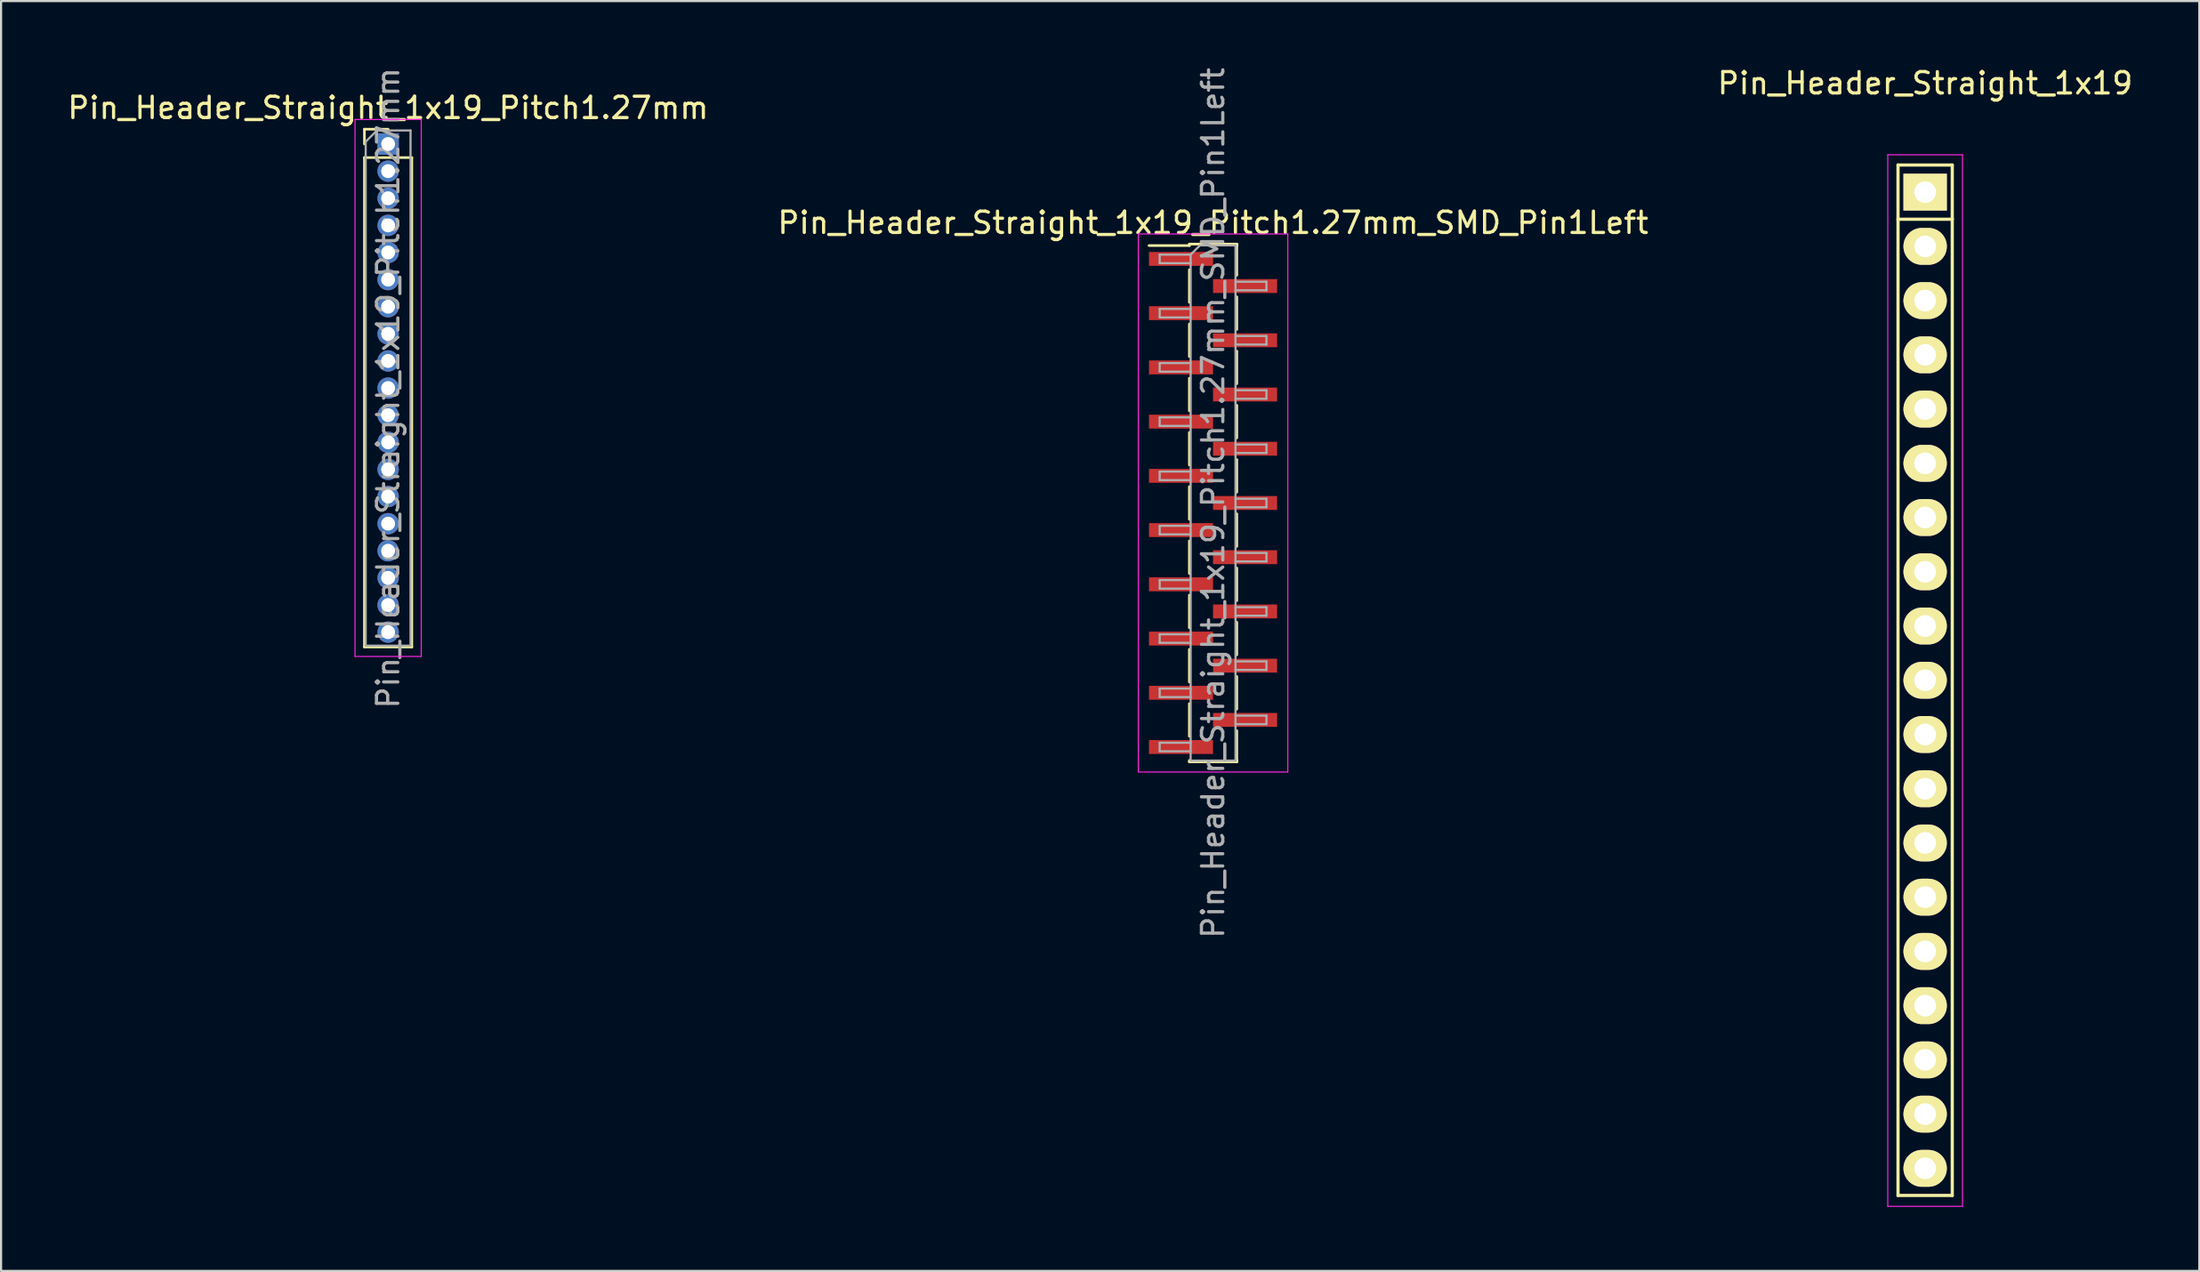
<source format=kicad_pcb>
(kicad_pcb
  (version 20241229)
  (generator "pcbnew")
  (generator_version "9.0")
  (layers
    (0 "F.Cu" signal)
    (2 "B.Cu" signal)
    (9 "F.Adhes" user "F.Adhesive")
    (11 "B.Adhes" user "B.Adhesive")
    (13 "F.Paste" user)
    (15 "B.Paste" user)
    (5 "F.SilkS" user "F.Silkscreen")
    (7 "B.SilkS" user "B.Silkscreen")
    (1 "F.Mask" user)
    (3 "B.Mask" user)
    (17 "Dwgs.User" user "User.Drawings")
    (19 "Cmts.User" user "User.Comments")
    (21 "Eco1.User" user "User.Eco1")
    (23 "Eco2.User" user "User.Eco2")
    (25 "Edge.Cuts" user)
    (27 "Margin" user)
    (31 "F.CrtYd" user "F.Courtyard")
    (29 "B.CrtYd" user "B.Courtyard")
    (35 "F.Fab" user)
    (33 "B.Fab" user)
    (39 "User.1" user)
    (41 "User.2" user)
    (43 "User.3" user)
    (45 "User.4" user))
  (footprint "Pin_Header_Straight_1x19_Pitch1.27mm"
    (layer "F.Cu")
    (at 15.125 3.695)
    (property "Reference" "Pin_Header_Straight_1x19_Pitch1.27mm" (at 0 -1.695 0) (layer "F.SilkS") (effects (font (size 1 1) (thickness 0.15))))
    (attr through_hole)
    (fp_line (start -1.11 -0.695) (end 0 -0.695) (stroke (width 0.12) (type solid)) (layer "F.SilkS"))
    (fp_line (start -1.11 0) (end -1.11 -0.695) (stroke (width 0.12) (type solid)) (layer "F.SilkS"))
    (fp_line (start -1.11 0.635) (end -1.11 23.555) (stroke (width 0.12) (type solid)) (layer "F.SilkS"))
    (fp_line (start -1.11 23.555) (end 1.11 23.555) (stroke (width 0.12) (type solid)) (layer "F.SilkS"))
    (fp_line (start 1.11 0.635) (end -1.11 0.635) (stroke (width 0.12) (type solid)) (layer "F.SilkS"))
    (fp_line (start 1.11 23.555) (end 1.11 0.635) (stroke (width 0.12) (type solid)) (layer "F.SilkS"))
    (fp_line (start -1.55 -1.15) (end -1.55 24) (stroke (width 0.05) (type solid)) (layer "F.CrtYd"))
    (fp_line (start -1.55 24) (end 1.55 24) (stroke (width 0.05) (type solid)) (layer "F.CrtYd"))
    (fp_line (start 1.55 -1.15) (end -1.55 -1.15) (stroke (width 0.05) (type solid)) (layer "F.CrtYd"))
    (fp_line (start 1.55 24) (end 1.55 -1.15) (stroke (width 0.05) (type solid)) (layer "F.CrtYd"))
    (fp_line (start -1.05 -0.11) (end -0.525 -0.635) (stroke (width 0.1) (type solid)) (layer "F.Fab"))
    (fp_line (start -1.05 23.495) (end -1.05 -0.11) (stroke (width 0.1) (type solid)) (layer "F.Fab"))
    (fp_line (start -0.525 -0.635) (end 1.05 -0.635) (stroke (width 0.1) (type solid)) (layer "F.Fab"))
    (fp_line (start 1.05 -0.635) (end 1.05 23.495) (stroke (width 0.1) (type solid)) (layer "F.Fab"))
    (fp_line (start 1.05 23.495) (end -1.05 23.495) (stroke (width 0.1) (type solid)) (layer "F.Fab"))
    (fp_text user "${REFERENCE}" (at 0 11.43 90) (layer "F.Fab") (effects (font (size 1 1) (thickness 0.15))))
    (pad "1" thru_hole rect (at 0 0) (size 1 1) (drill 0.65) (layers "*.Cu" "*.Mask"))
    (pad "2" thru_hole oval (at 0 1.27) (size 1 1) (drill 0.65) (layers "*.Cu" "*.Mask"))
    (pad "3" thru_hole oval (at 0 2.54) (size 1 1) (drill 0.65) (layers "*.Cu" "*.Mask"))
    (pad "4" thru_hole oval (at 0 3.81) (size 1 1) (drill 0.65) (layers "*.Cu" "*.Mask"))
    (pad "5" thru_hole oval (at 0 5.08) (size 1 1) (drill 0.65) (layers "*.Cu" "*.Mask"))
    (pad "6" thru_hole oval (at 0 6.35) (size 1 1) (drill 0.65) (layers "*.Cu" "*.Mask"))
    (pad "7" thru_hole oval (at 0 7.62) (size 1 1) (drill 0.65) (layers "*.Cu" "*.Mask"))
    (pad "8" thru_hole oval (at 0 8.89) (size 1 1) (drill 0.65) (layers "*.Cu" "*.Mask"))
    (pad "9" thru_hole oval (at 0 10.16) (size 1 1) (drill 0.65) (layers "*.Cu" "*.Mask"))
    (pad "10" thru_hole oval (at 0 11.43) (size 1 1) (drill 0.65) (layers "*.Cu" "*.Mask"))
    (pad "11" thru_hole oval (at 0 12.7) (size 1 1) (drill 0.65) (layers "*.Cu" "*.Mask"))
    (pad "12" thru_hole oval (at 0 13.97) (size 1 1) (drill 0.65) (layers "*.Cu" "*.Mask"))
    (pad "13" thru_hole oval (at 0 15.24) (size 1 1) (drill 0.65) (layers "*.Cu" "*.Mask"))
    (pad "14" thru_hole oval (at 0 16.51) (size 1 1) (drill 0.65) (layers "*.Cu" "*.Mask"))
    (pad "15" thru_hole oval (at 0 17.78) (size 1 1) (drill 0.65) (layers "*.Cu" "*.Mask"))
    (pad "16" thru_hole oval (at 0 19.05) (size 1 1) (drill 0.65) (layers "*.Cu" "*.Mask"))
    (pad "17" thru_hole oval (at 0 20.32) (size 1 1) (drill 0.65) (layers "*.Cu" "*.Mask"))
    (pad "18" thru_hole oval (at 0 21.59) (size 1 1) (drill 0.65) (layers "*.Cu" "*.Mask"))
    (pad "19" thru_hole oval (at 0 22.86) (size 1 1) (drill 0.65) (layers "*.Cu" "*.Mask")))
  (footprint "Pin_Header_Straight_1x19"
    (layer "F.Cu")
    (at 87.101 5.948)
    (property "Reference" "Pin_Header_Straight_1x19" (at 0 -5.1 0) (layer "F.SilkS") (effects (font (size 1 1) (thickness 0.15))))
    (attr through_hole)
    (fp_line (start -1.27 -1.27) (end -1.27 1.27) (stroke (width 0.15) (type solid)) (layer "F.SilkS"))
    (fp_line (start -1.27 46.99) (end -1.27 1.27) (stroke (width 0.15) (type solid)) (layer "F.SilkS"))
    (fp_line (start 1.27 -1.27) (end -1.27 -1.27) (stroke (width 0.15) (type solid)) (layer "F.SilkS"))
    (fp_line (start 1.27 -1.27) (end 1.27 1.27) (stroke (width 0.15) (type solid)) (layer "F.SilkS"))
    (fp_line (start 1.27 1.27) (end -1.27 1.27) (stroke (width 0.15) (type solid)) (layer "F.SilkS"))
    (fp_line (start 1.27 1.27) (end 1.27 46.99) (stroke (width 0.15) (type solid)) (layer "F.SilkS"))
    (fp_line (start 1.27 46.99) (end -1.27 46.99) (stroke (width 0.15) (type solid)) (layer "F.SilkS"))
    (fp_line (start -1.75 -1.75) (end -1.75 47.5) (stroke (width 0.05) (type solid)) (layer "F.CrtYd"))
    (fp_line (start -1.75 -1.75) (end 1.75 -1.75) (stroke (width 0.05) (type solid)) (layer "F.CrtYd"))
    (fp_line (start -1.75 47.5) (end 1.75 47.5) (stroke (width 0.05) (type solid)) (layer "F.CrtYd"))
    (fp_line (start 1.75 -1.75) (end 1.75 47.5) (stroke (width 0.05) (type solid)) (layer "F.CrtYd"))
    (pad "1" thru_hole rect (at 0 0) (size 2.032 1.727) (drill 1.016) (layers "*.Cu" "*.Mask" "F.SilkS"))
    (pad "2" thru_hole oval (at 0 2.54) (size 2.032 1.727) (drill 1.016) (layers "*.Cu" "*.Mask" "F.SilkS"))
    (pad "3" thru_hole oval (at 0 5.08) (size 2.032 1.727) (drill 1.016) (layers "*.Cu" "*.Mask" "F.SilkS"))
    (pad "4" thru_hole oval (at 0 7.62) (size 2.032 1.727) (drill 1.016) (layers "*.Cu" "*.Mask" "F.SilkS"))
    (pad "5" thru_hole oval (at 0 10.16) (size 2.032 1.727) (drill 1.016) (layers "*.Cu" "*.Mask" "F.SilkS"))
    (pad "6" thru_hole oval (at 0 12.7) (size 2.032 1.727) (drill 1.016) (layers "*.Cu" "*.Mask" "F.SilkS"))
    (pad "7" thru_hole oval (at 0 15.24) (size 2.032 1.727) (drill 1.016) (layers "*.Cu" "*.Mask" "F.SilkS"))
    (pad "8" thru_hole oval (at 0 17.78) (size 2.032 1.727) (drill 1.016) (layers "*.Cu" "*.Mask" "F.SilkS"))
    (pad "9" thru_hole oval (at 0 20.32) (size 2.032 1.727) (drill 1.016) (layers "*.Cu" "*.Mask" "F.SilkS"))
    (pad "10" thru_hole oval (at 0 22.86) (size 2.032 1.727) (drill 1.016) (layers "*.Cu" "*.Mask" "F.SilkS"))
    (pad "11" thru_hole oval (at 0 25.4) (size 2.032 1.727) (drill 1.016) (layers "*.Cu" "*.Mask" "F.SilkS"))
    (pad "12" thru_hole oval (at 0 27.94) (size 2.032 1.727) (drill 1.016) (layers "*.Cu" "*.Mask" "F.SilkS"))
    (pad "13" thru_hole oval (at 0 30.48) (size 2.032 1.727) (drill 1.016) (layers "*.Cu" "*.Mask" "F.SilkS"))
    (pad "14" thru_hole oval (at 0 33.02) (size 2.032 1.727) (drill 1.016) (layers "*.Cu" "*.Mask" "F.SilkS"))
    (pad "15" thru_hole oval (at 0 35.56) (size 2.032 1.727) (drill 1.016) (layers "*.Cu" "*.Mask" "F.SilkS"))
    (pad "16" thru_hole oval (at 0 38.1) (size 2.032 1.727) (drill 1.016) (layers "*.Cu" "*.Mask" "F.SilkS"))
    (pad "17" thru_hole oval (at 0 40.64) (size 2.032 1.727) (drill 1.016) (layers "*.Cu" "*.Mask" "F.SilkS"))
    (pad "18" thru_hole oval (at 0 43.18) (size 2.032 1.727) (drill 1.016) (layers "*.Cu" "*.Mask" "F.SilkS"))
    (pad "19" thru_hole oval (at 0 45.72) (size 2.032 1.727) (drill 1.016) (layers "*.Cu" "*.Mask" "F.SilkS")))
  (footprint "Pin_Header_Straight_1x19_Pitch1.27mm_SMD_Pin1Left"
    (layer "F.Cu")
    (at 53.756 20.506)
    (property "Reference" "Pin_Header_Straight_1x19_Pitch1.27mm_SMD_Pin1Left" (at 0 -13.125 0) (layer "F.SilkS") (effects (font (size 1 1) (thickness 0.15))))
    (attr smd)
    (fp_line (start -1.11 -12.125) (end 1.11 -12.125) (stroke (width 0.12) (type solid)) (layer "F.SilkS"))
    (fp_line (start -1.11 -12.055) (end -3 -12.055) (stroke (width 0.12) (type solid)) (layer "F.SilkS"))
    (fp_line (start -1.11 -12.055) (end -1.11 -12.125) (stroke (width 0.12) (type solid)) (layer "F.SilkS"))
    (fp_line (start -1.11 -10.925) (end -1.11 -9.395) (stroke (width 0.12) (type solid)) (layer "F.SilkS"))
    (fp_line (start -1.11 -8.385) (end -1.11 -6.855) (stroke (width 0.12) (type solid)) (layer "F.SilkS"))
    (fp_line (start -1.11 -5.845) (end -1.11 -4.315) (stroke (width 0.12) (type solid)) (layer "F.SilkS"))
    (fp_line (start -1.11 -3.305) (end -1.11 -1.775) (stroke (width 0.12) (type solid)) (layer "F.SilkS"))
    (fp_line (start -1.11 -0.765) (end -1.11 0.765) (stroke (width 0.12) (type solid)) (layer "F.SilkS"))
    (fp_line (start -1.11 1.775) (end -1.11 3.305) (stroke (width 0.12) (type solid)) (layer "F.SilkS"))
    (fp_line (start -1.11 4.315) (end -1.11 5.845) (stroke (width 0.12) (type solid)) (layer "F.SilkS"))
    (fp_line (start -1.11 6.855) (end -1.11 8.385) (stroke (width 0.12) (type solid)) (layer "F.SilkS"))
    (fp_line (start -1.11 9.395) (end -1.11 10.925) (stroke (width 0.12) (type solid)) (layer "F.SilkS"))
    (fp_line (start -1.11 12.055) (end -1.11 12.125) (stroke (width 0.12) (type solid)) (layer "F.SilkS"))
    (fp_line (start -1.11 12.125) (end 1.11 12.125) (stroke (width 0.12) (type solid)) (layer "F.SilkS"))
    (fp_line (start 1.11 -12.125) (end 1.11 -12.055) (stroke (width 0.12) (type solid)) (layer "F.SilkS"))
    (fp_line (start 1.11 -12.125) (end 1.11 -10.665) (stroke (width 0.12) (type solid)) (layer "F.SilkS"))
    (fp_line (start 1.11 -9.655) (end 1.11 -8.125) (stroke (width 0.12) (type solid)) (layer "F.SilkS"))
    (fp_line (start 1.11 -7.115) (end 1.11 -5.585) (stroke (width 0.12) (type solid)) (layer "F.SilkS"))
    (fp_line (start 1.11 -4.575) (end 1.11 -3.045) (stroke (width 0.12) (type solid)) (layer "F.SilkS"))
    (fp_line (start 1.11 -2.035) (end 1.11 -0.505) (stroke (width 0.12) (type solid)) (layer "F.SilkS"))
    (fp_line (start 1.11 0.505) (end 1.11 2.035) (stroke (width 0.12) (type solid)) (layer "F.SilkS"))
    (fp_line (start 1.11 3.045) (end 1.11 4.575) (stroke (width 0.12) (type solid)) (layer "F.SilkS"))
    (fp_line (start 1.11 5.585) (end 1.11 7.115) (stroke (width 0.12) (type solid)) (layer "F.SilkS"))
    (fp_line (start 1.11 8.125) (end 1.11 9.655) (stroke (width 0.12) (type solid)) (layer "F.SilkS"))
    (fp_line (start 1.11 10.665) (end 1.11 12.125) (stroke (width 0.12) (type solid)) (layer "F.SilkS"))
    (fp_line (start 1.11 12.125) (end 1.11 12.055) (stroke (width 0.12) (type solid)) (layer "F.SilkS"))
    (fp_line (start -3.5 -12.6) (end -3.5 12.6) (stroke (width 0.05) (type solid)) (layer "F.CrtYd"))
    (fp_line (start -3.5 12.6) (end 3.5 12.6) (stroke (width 0.05) (type solid)) (layer "F.CrtYd"))
    (fp_line (start 3.5 -12.6) (end -3.5 -12.6) (stroke (width 0.05) (type solid)) (layer "F.CrtYd"))
    (fp_line (start 3.5 12.6) (end 3.5 -12.6) (stroke (width 0.05) (type solid)) (layer "F.CrtYd"))
    (fp_line (start -2.5 -11.63) (end -2.5 -11.23) (stroke (width 0.1) (type solid)) (layer "F.Fab"))
    (fp_line (start -2.5 -11.23) (end -1.05 -11.23) (stroke (width 0.1) (type solid)) (layer "F.Fab"))
    (fp_line (start -2.5 -9.09) (end -2.5 -8.69) (stroke (width 0.1) (type solid)) (layer "F.Fab"))
    (fp_line (start -2.5 -8.69) (end -1.05 -8.69) (stroke (width 0.1) (type solid)) (layer "F.Fab"))
    (fp_line (start -2.5 -6.55) (end -2.5 -6.15) (stroke (width 0.1) (type solid)) (layer "F.Fab"))
    (fp_line (start -2.5 -6.15) (end -1.05 -6.15) (stroke (width 0.1) (type solid)) (layer "F.Fab"))
    (fp_line (start -2.5 -4.01) (end -2.5 -3.61) (stroke (width 0.1) (type solid)) (layer "F.Fab"))
    (fp_line (start -2.5 -3.61) (end -1.05 -3.61) (stroke (width 0.1) (type solid)) (layer "F.Fab"))
    (fp_line (start -2.5 -1.47) (end -2.5 -1.07) (stroke (width 0.1) (type solid)) (layer "F.Fab"))
    (fp_line (start -2.5 -1.07) (end -1.05 -1.07) (stroke (width 0.1) (type solid)) (layer "F.Fab"))
    (fp_line (start -2.5 1.07) (end -2.5 1.47) (stroke (width 0.1) (type solid)) (layer "F.Fab"))
    (fp_line (start -2.5 1.47) (end -1.05 1.47) (stroke (width 0.1) (type solid)) (layer "F.Fab"))
    (fp_line (start -2.5 3.61) (end -2.5 4.01) (stroke (width 0.1) (type solid)) (layer "F.Fab"))
    (fp_line (start -2.5 4.01) (end -1.05 4.01) (stroke (width 0.1) (type solid)) (layer "F.Fab"))
    (fp_line (start -2.5 6.15) (end -2.5 6.55) (stroke (width 0.1) (type solid)) (layer "F.Fab"))
    (fp_line (start -2.5 6.55) (end -1.05 6.55) (stroke (width 0.1) (type solid)) (layer "F.Fab"))
    (fp_line (start -2.5 8.69) (end -2.5 9.09) (stroke (width 0.1) (type solid)) (layer "F.Fab"))
    (fp_line (start -2.5 9.09) (end -1.05 9.09) (stroke (width 0.1) (type solid)) (layer "F.Fab"))
    (fp_line (start -2.5 11.23) (end -2.5 11.63) (stroke (width 0.1) (type solid)) (layer "F.Fab"))
    (fp_line (start -2.5 11.63) (end -1.05 11.63) (stroke (width 0.1) (type solid)) (layer "F.Fab"))
    (fp_line (start -1.05 -11.63) (end -2.5 -11.63) (stroke (width 0.1) (type solid)) (layer "F.Fab"))
    (fp_line (start -1.05 -11.63) (end -0.615 -12.065) (stroke (width 0.1) (type solid)) (layer "F.Fab"))
    (fp_line (start -1.05 -9.09) (end -2.5 -9.09) (stroke (width 0.1) (type solid)) (layer "F.Fab"))
    (fp_line (start -1.05 -6.55) (end -2.5 -6.55) (stroke (width 0.1) (type solid)) (layer "F.Fab"))
    (fp_line (start -1.05 -4.01) (end -2.5 -4.01) (stroke (width 0.1) (type solid)) (layer "F.Fab"))
    (fp_line (start -1.05 -1.47) (end -2.5 -1.47) (stroke (width 0.1) (type solid)) (layer "F.Fab"))
    (fp_line (start -1.05 1.07) (end -2.5 1.07) (stroke (width 0.1) (type solid)) (layer "F.Fab"))
    (fp_line (start -1.05 3.61) (end -2.5 3.61) (stroke (width 0.1) (type solid)) (layer "F.Fab"))
    (fp_line (start -1.05 6.15) (end -2.5 6.15) (stroke (width 0.1) (type solid)) (layer "F.Fab"))
    (fp_line (start -1.05 8.69) (end -2.5 8.69) (stroke (width 0.1) (type solid)) (layer "F.Fab"))
    (fp_line (start -1.05 11.23) (end -2.5 11.23) (stroke (width 0.1) (type solid)) (layer "F.Fab"))
    (fp_line (start -1.05 12.065) (end -1.05 -11.63) (stroke (width 0.1) (type solid)) (layer "F.Fab"))
    (fp_line (start -0.615 -12.065) (end 1.05 -12.065) (stroke (width 0.1) (type solid)) (layer "F.Fab"))
    (fp_line (start 1.05 -12.065) (end 1.05 12.065) (stroke (width 0.1) (type solid)) (layer "F.Fab"))
    (fp_line (start 1.05 -10.36) (end 2.5 -10.36) (stroke (width 0.1) (type solid)) (layer "F.Fab"))
    (fp_line (start 1.05 -7.82) (end 2.5 -7.82) (stroke (width 0.1) (type solid)) (layer "F.Fab"))
    (fp_line (start 1.05 -5.28) (end 2.5 -5.28) (stroke (width 0.1) (type solid)) (layer "F.Fab"))
    (fp_line (start 1.05 -2.74) (end 2.5 -2.74) (stroke (width 0.1) (type solid)) (layer "F.Fab"))
    (fp_line (start 1.05 -0.2) (end 2.5 -0.2) (stroke (width 0.1) (type solid)) (layer "F.Fab"))
    (fp_line (start 1.05 2.34) (end 2.5 2.34) (stroke (width 0.1) (type solid)) (layer "F.Fab"))
    (fp_line (start 1.05 4.88) (end 2.5 4.88) (stroke (width 0.1) (type solid)) (layer "F.Fab"))
    (fp_line (start 1.05 7.42) (end 2.5 7.42) (stroke (width 0.1) (type solid)) (layer "F.Fab"))
    (fp_line (start 1.05 9.96) (end 2.5 9.96) (stroke (width 0.1) (type solid)) (layer "F.Fab"))
    (fp_line (start 1.05 12.065) (end -1.05 12.065) (stroke (width 0.1) (type solid)) (layer "F.Fab"))
    (fp_line (start 2.5 -10.36) (end 2.5 -9.96) (stroke (width 0.1) (type solid)) (layer "F.Fab"))
    (fp_line (start 2.5 -9.96) (end 1.05 -9.96) (stroke (width 0.1) (type solid)) (layer "F.Fab"))
    (fp_line (start 2.5 -7.82) (end 2.5 -7.42) (stroke (width 0.1) (type solid)) (layer "F.Fab"))
    (fp_line (start 2.5 -7.42) (end 1.05 -7.42) (stroke (width 0.1) (type solid)) (layer "F.Fab"))
    (fp_line (start 2.5 -5.28) (end 2.5 -4.88) (stroke (width 0.1) (type solid)) (layer "F.Fab"))
    (fp_line (start 2.5 -4.88) (end 1.05 -4.88) (stroke (width 0.1) (type solid)) (layer "F.Fab"))
    (fp_line (start 2.5 -2.74) (end 2.5 -2.34) (stroke (width 0.1) (type solid)) (layer "F.Fab"))
    (fp_line (start 2.5 -2.34) (end 1.05 -2.34) (stroke (width 0.1) (type solid)) (layer "F.Fab"))
    (fp_line (start 2.5 -0.2) (end 2.5 0.2) (stroke (width 0.1) (type solid)) (layer "F.Fab"))
    (fp_line (start 2.5 0.2) (end 1.05 0.2) (stroke (width 0.1) (type solid)) (layer "F.Fab"))
    (fp_line (start 2.5 2.34) (end 2.5 2.74) (stroke (width 0.1) (type solid)) (layer "F.Fab"))
    (fp_line (start 2.5 2.74) (end 1.05 2.74) (stroke (width 0.1) (type solid)) (layer "F.Fab"))
    (fp_line (start 2.5 4.88) (end 2.5 5.28) (stroke (width 0.1) (type solid)) (layer "F.Fab"))
    (fp_line (start 2.5 5.28) (end 1.05 5.28) (stroke (width 0.1) (type solid)) (layer "F.Fab"))
    (fp_line (start 2.5 7.42) (end 2.5 7.82) (stroke (width 0.1) (type solid)) (layer "F.Fab"))
    (fp_line (start 2.5 7.82) (end 1.05 7.82) (stroke (width 0.1) (type solid)) (layer "F.Fab"))
    (fp_line (start 2.5 9.96) (end 2.5 10.36) (stroke (width 0.1) (type solid)) (layer "F.Fab"))
    (fp_line (start 2.5 10.36) (end 1.05 10.36) (stroke (width 0.1) (type solid)) (layer "F.Fab"))
    (fp_text user "${REFERENCE}" (at 0 0 90) (layer "F.Fab") (effects (font (size 1 1) (thickness 0.15))))
    (pad "1" smd rect (at -1.5 -11.43) (size 3 0.65) (layers "F.Cu" "F.Mask" "F.Paste"))
    (pad "2" smd rect (at 1.5 -10.16) (size 3 0.65) (layers "F.Cu" "F.Mask" "F.Paste"))
    (pad "3" smd rect (at -1.5 -8.89) (size 3 0.65) (layers "F.Cu" "F.Mask" "F.Paste"))
    (pad "4" smd rect (at 1.5 -7.62) (size 3 0.65) (layers "F.Cu" "F.Mask" "F.Paste"))
    (pad "5" smd rect (at -1.5 -6.35) (size 3 0.65) (layers "F.Cu" "F.Mask" "F.Paste"))
    (pad "6" smd rect (at 1.5 -5.08) (size 3 0.65) (layers "F.Cu" "F.Mask" "F.Paste"))
    (pad "7" smd rect (at -1.5 -3.81) (size 3 0.65) (layers "F.Cu" "F.Mask" "F.Paste"))
    (pad "8" smd rect (at 1.5 -2.54) (size 3 0.65) (layers "F.Cu" "F.Mask" "F.Paste"))
    (pad "9" smd rect (at -1.5 -1.27) (size 3 0.65) (layers "F.Cu" "F.Mask" "F.Paste"))
    (pad "10" smd rect (at 1.5 0) (size 3 0.65) (layers "F.Cu" "F.Mask" "F.Paste"))
    (pad "11" smd rect (at -1.5 1.27) (size 3 0.65) (layers "F.Cu" "F.Mask" "F.Paste"))
    (pad "12" smd rect (at 1.5 2.54) (size 3 0.65) (layers "F.Cu" "F.Mask" "F.Paste"))
    (pad "13" smd rect (at -1.5 3.81) (size 3 0.65) (layers "F.Cu" "F.Mask" "F.Paste"))
    (pad "14" smd rect (at 1.5 5.08) (size 3 0.65) (layers "F.Cu" "F.Mask" "F.Paste"))
    (pad "15" smd rect (at -1.5 6.35) (size 3 0.65) (layers "F.Cu" "F.Mask" "F.Paste"))
    (pad "16" smd rect (at 1.5 7.62) (size 3 0.65) (layers "F.Cu" "F.Mask" "F.Paste"))
    (pad "17" smd rect (at -1.5 8.89) (size 3 0.65) (layers "F.Cu" "F.Mask" "F.Paste"))
    (pad "18" smd rect (at 1.5 10.16) (size 3 0.65) (layers "F.Cu" "F.Mask" "F.Paste"))
    (pad "19" smd rect (at -1.5 11.43) (size 3 0.65) (layers "F.Cu" "F.Mask" "F.Paste")))
  (gr_rect
    (start -3 -3)
    (end 99.94 56.473)
    (stroke (width 0.1) (type default))
    (fill no)
    (layer "Edge.Cuts")))
</source>
